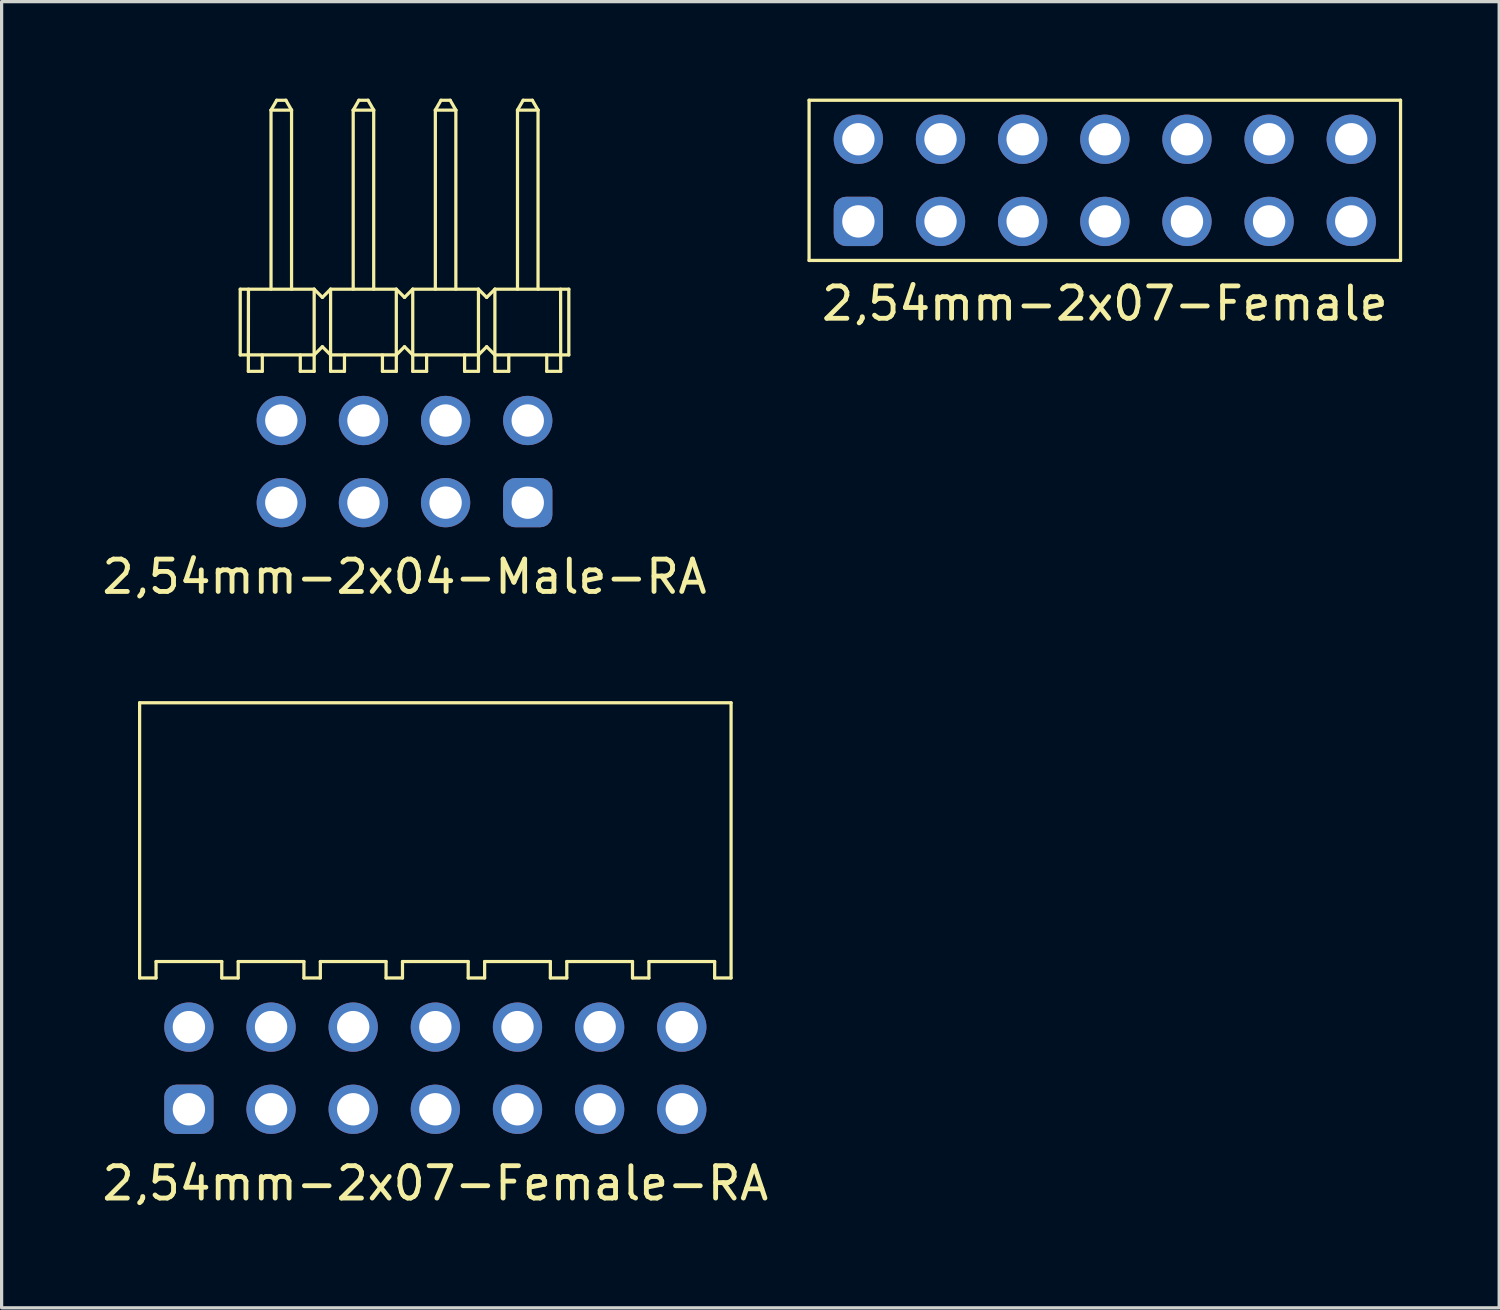
<source format=kicad_pcb>
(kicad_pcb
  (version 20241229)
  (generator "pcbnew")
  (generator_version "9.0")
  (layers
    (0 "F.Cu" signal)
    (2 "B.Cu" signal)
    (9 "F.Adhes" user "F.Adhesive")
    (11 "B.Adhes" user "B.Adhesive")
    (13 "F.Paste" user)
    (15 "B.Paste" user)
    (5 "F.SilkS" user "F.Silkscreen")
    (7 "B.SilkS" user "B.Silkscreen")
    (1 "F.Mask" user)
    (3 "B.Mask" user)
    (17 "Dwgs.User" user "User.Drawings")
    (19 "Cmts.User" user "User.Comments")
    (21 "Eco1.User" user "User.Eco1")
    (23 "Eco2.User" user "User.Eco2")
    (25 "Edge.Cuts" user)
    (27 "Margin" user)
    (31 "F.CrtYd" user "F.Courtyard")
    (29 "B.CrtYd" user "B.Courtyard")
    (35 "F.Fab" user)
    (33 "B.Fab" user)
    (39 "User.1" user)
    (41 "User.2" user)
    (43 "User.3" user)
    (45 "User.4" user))
  (footprint "2,54mm-2x07-Female-RA"
    (layer "F.Cu")
    (at 10.411 27.189)
    (property "Reference" "2,54mm-2x07-Female-RA" (at 0 6.35 0) (layer "F.SilkS") (effects (font (size 1 1) (thickness 0.15))))
    (attr through_hole)
    (fp_line (start -9.144 -8.509) (end -9.144 0) (stroke (width 0.1) (type solid)) (layer "F.SilkS"))
    (fp_line (start -9.144 -8.509) (end 9.144 -8.509) (stroke (width 0.1) (type solid)) (layer "F.SilkS"))
    (fp_line (start -9.144 0) (end -8.636 0) (stroke (width 0.1) (type solid)) (layer "F.SilkS"))
    (fp_line (start -8.636 -0.508) (end -8.636 0) (stroke (width 0.1) (type solid)) (layer "F.SilkS"))
    (fp_line (start -6.604 -0.508) (end -8.636 -0.508) (stroke (width 0.1) (type solid)) (layer "F.SilkS"))
    (fp_line (start -6.604 0) (end -6.604 -0.508) (stroke (width 0.1) (type solid)) (layer "F.SilkS"))
    (fp_line (start -6.604 0) (end -6.096 0) (stroke (width 0.1) (type solid)) (layer "F.SilkS"))
    (fp_line (start -6.096 -0.508) (end -6.096 0) (stroke (width 0.1) (type solid)) (layer "F.SilkS"))
    (fp_line (start -4.064 -0.508) (end -6.096 -0.508) (stroke (width 0.1) (type solid)) (layer "F.SilkS"))
    (fp_line (start -4.064 0) (end -4.064 -0.508) (stroke (width 0.1) (type solid)) (layer "F.SilkS"))
    (fp_line (start -4.064 0) (end -3.556 0) (stroke (width 0.1) (type solid)) (layer "F.SilkS"))
    (fp_line (start -3.556 -0.508) (end -3.556 0) (stroke (width 0.1) (type solid)) (layer "F.SilkS"))
    (fp_line (start -1.524 -0.508) (end -3.556 -0.508) (stroke (width 0.1) (type solid)) (layer "F.SilkS"))
    (fp_line (start -1.524 0) (end -1.524 -0.508) (stroke (width 0.1) (type solid)) (layer "F.SilkS"))
    (fp_line (start -1.524 0) (end -1.016 0) (stroke (width 0.1) (type solid)) (layer "F.SilkS"))
    (fp_line (start -1.016 -0.508) (end -1.016 0) (stroke (width 0.1) (type solid)) (layer "F.SilkS"))
    (fp_line (start 1.016 -0.508) (end -1.016 -0.508) (stroke (width 0.1) (type solid)) (layer "F.SilkS"))
    (fp_line (start 1.016 0) (end 1.016 -0.508) (stroke (width 0.1) (type solid)) (layer "F.SilkS"))
    (fp_line (start 1.016 0) (end 1.524 0) (stroke (width 0.1) (type solid)) (layer "F.SilkS"))
    (fp_line (start 1.524 -0.508) (end 1.524 0) (stroke (width 0.1) (type solid)) (layer "F.SilkS"))
    (fp_line (start 3.556 -0.508) (end 1.524 -0.508) (stroke (width 0.1) (type solid)) (layer "F.SilkS"))
    (fp_line (start 3.556 0) (end 3.556 -0.508) (stroke (width 0.1) (type solid)) (layer "F.SilkS"))
    (fp_line (start 3.556 0) (end 4.064 0) (stroke (width 0.1) (type solid)) (layer "F.SilkS"))
    (fp_line (start 4.064 -0.508) (end 4.064 0) (stroke (width 0.1) (type solid)) (layer "F.SilkS"))
    (fp_line (start 6.096 -0.508) (end 4.064 -0.508) (stroke (width 0.1) (type solid)) (layer "F.SilkS"))
    (fp_line (start 6.096 0) (end 6.096 -0.508) (stroke (width 0.1) (type solid)) (layer "F.SilkS"))
    (fp_line (start 6.096 0) (end 6.604 0) (stroke (width 0.1) (type solid)) (layer "F.SilkS"))
    (fp_line (start 6.604 -0.508) (end 6.604 0) (stroke (width 0.1) (type solid)) (layer "F.SilkS"))
    (fp_line (start 8.636 -0.508) (end 6.604 -0.508) (stroke (width 0.1) (type solid)) (layer "F.SilkS"))
    (fp_line (start 8.636 0) (end 8.636 -0.508) (stroke (width 0.1) (type solid)) (layer "F.SilkS"))
    (fp_line (start 8.636 0) (end 9.144 0) (stroke (width 0.1) (type solid)) (layer "F.SilkS"))
    (fp_line (start 9.144 -8.509) (end 9.144 0) (stroke (width 0.1) (type solid)) (layer "F.SilkS"))
    (pad "1" thru_hole roundrect (at -7.62 4.06) (size 1.524 1.524) (drill 1) (layers "*.Cu" "*.Mask") (roundrect_rratio 0.25))
    (pad "2" thru_hole circle (at -7.62 1.52) (size 1.524 1.524) (drill 1) (layers "*.Cu" "*.Mask"))
    (pad "3" thru_hole circle (at -5.08 4.06) (size 1.524 1.524) (drill 1) (layers "*.Cu" "*.Mask"))
    (pad "4" thru_hole circle (at -5.08 1.52) (size 1.524 1.524) (drill 1) (layers "*.Cu" "*.Mask"))
    (pad "5" thru_hole circle (at -2.54 4.06) (size 1.524 1.524) (drill 1) (layers "*.Cu" "*.Mask"))
    (pad "6" thru_hole circle (at -2.54 1.52) (size 1.524 1.524) (drill 1) (layers "*.Cu" "*.Mask"))
    (pad "7" thru_hole circle (at 0 4.06) (size 1.524 1.524) (drill 1) (layers "*.Cu" "*.Mask"))
    (pad "8" thru_hole circle (at 0 1.52) (size 1.524 1.524) (drill 1) (layers "*.Cu" "*.Mask"))
    (pad "9" thru_hole circle (at 2.54 4.06) (size 1.524 1.524) (drill 1) (layers "*.Cu" "*.Mask"))
    (pad "10" thru_hole circle (at 2.54 1.52) (size 1.524 1.524) (drill 1) (layers "*.Cu" "*.Mask"))
    (pad "11" thru_hole circle (at 5.08 4.06) (size 1.524 1.524) (drill 1) (layers "*.Cu" "*.Mask"))
    (pad "12" thru_hole circle (at 5.08 1.52) (size 1.524 1.524) (drill 1) (layers "*.Cu" "*.Mask"))
    (pad "13" thru_hole circle (at 7.62 4.06) (size 1.524 1.524) (drill 1) (layers "*.Cu" "*.Mask"))
    (pad "14" thru_hole circle (at 7.62 1.52) (size 1.524 1.524) (drill 1) (layers "*.Cu" "*.Mask")))
  (footprint "2,54mm-2x07-Female"
    (layer "F.Cu")
    (at 31.111 2.526)
    (property "Reference" "2,54mm-2x07-Female" (at 0 3.81 0) (layer "F.SilkS") (effects (font (size 1 1) (thickness 0.15))))
    (attr through_hole)
    (fp_line (start -9.144 -2.477) (end -9.144 2.477) (stroke (width 0.1) (type solid)) (layer "F.SilkS"))
    (fp_line (start -9.144 2.477) (end 9.144 2.477) (stroke (width 0.1) (type solid)) (layer "F.SilkS"))
    (fp_line (start 9.144 -2.477) (end -9.144 -2.477) (stroke (width 0.1) (type solid)) (layer "F.SilkS"))
    (fp_line (start 9.144 2.477) (end 9.144 -2.477) (stroke (width 0.1) (type solid)) (layer "F.SilkS"))
    (pad "1" thru_hole roundrect (at -7.62 1.27) (size 1.524 1.524) (drill 1) (layers "*.Cu" "*.Mask") (roundrect_rratio 0.25))
    (pad "2" thru_hole circle (at -7.62 -1.27) (size 1.524 1.524) (drill 1) (layers "*.Cu" "*.Mask"))
    (pad "3" thru_hole circle (at -5.08 1.27) (size 1.524 1.524) (drill 1) (layers "*.Cu" "*.Mask"))
    (pad "4" thru_hole circle (at -5.08 -1.27) (size 1.524 1.524) (drill 1) (layers "*.Cu" "*.Mask"))
    (pad "5" thru_hole circle (at -2.54 1.27) (size 1.524 1.524) (drill 1) (layers "*.Cu" "*.Mask"))
    (pad "6" thru_hole circle (at -2.54 -1.27) (size 1.524 1.524) (drill 1) (layers "*.Cu" "*.Mask"))
    (pad "7" thru_hole circle (at 0 1.27) (size 1.524 1.524) (drill 1) (layers "*.Cu" "*.Mask"))
    (pad "8" thru_hole circle (at 0 -1.27) (size 1.524 1.524) (drill 1) (layers "*.Cu" "*.Mask"))
    (pad "9" thru_hole circle (at 2.54 1.27) (size 1.524 1.524) (drill 1) (layers "*.Cu" "*.Mask"))
    (pad "10" thru_hole circle (at 2.54 -1.27) (size 1.524 1.524) (drill 1) (layers "*.Cu" "*.Mask"))
    (pad "11" thru_hole circle (at 5.08 1.27) (size 1.524 1.524) (drill 1) (layers "*.Cu" "*.Mask"))
    (pad "12" thru_hole circle (at 5.08 -1.27) (size 1.524 1.524) (drill 1) (layers "*.Cu" "*.Mask"))
    (pad "13" thru_hole circle (at 7.62 1.27) (size 1.524 1.524) (drill 1) (layers "*.Cu" "*.Mask"))
    (pad "14" thru_hole circle (at 7.62 -1.27) (size 1.524 1.524) (drill 1) (layers "*.Cu" "*.Mask")))
  (footprint "2,54mm-2x04-Male-RA"
    (layer "F.Cu")
    (at 9.458 8.432)
    (property "Reference" "2,54mm-2x04-Male-RA" (at 0 6.35 0) (layer "F.SilkS") (effects (font (size 1 1) (thickness 0.15))))
    (attr through_hole)
    (fp_line (start -5.08 -2.54) (end -5.08 -0.508) (stroke (width 0.1) (type solid)) (layer "F.SilkS"))
    (fp_line (start -5.08 -2.54) (end -2.794 -2.54) (stroke (width 0.1) (type solid)) (layer "F.SilkS"))
    (fp_line (start -4.829 0) (end -4.826 -2.54) (stroke (width 0.1) (type solid)) (layer "F.SilkS"))
    (fp_line (start -4.829 0) (end -4.397 0) (stroke (width 0.1) (type solid)) (layer "F.SilkS"))
    (fp_line (start -4.397 -0.508) (end -4.397 0) (stroke (width 0.1) (type solid)) (layer "F.SilkS"))
    (fp_line (start -4.128 -8.077) (end -3.952 -8.382) (stroke (width 0.1) (type solid)) (layer "F.SilkS"))
    (fp_line (start -4.128 -2.54) (end -4.128 -8.077) (stroke (width 0.1) (type solid)) (layer "F.SilkS"))
    (fp_line (start -3.668 -8.382) (end -3.952 -8.382) (stroke (width 0.1) (type solid)) (layer "F.SilkS"))
    (fp_line (start -3.668 -8.382) (end -3.493 -8.077) (stroke (width 0.1) (type solid)) (layer "F.SilkS"))
    (fp_line (start -3.493 -8.077) (end -4.128 -8.077) (stroke (width 0.1) (type solid)) (layer "F.SilkS"))
    (fp_line (start -3.493 -8.077) (end -3.493 -2.54) (stroke (width 0.1) (type solid)) (layer "F.SilkS"))
    (fp_line (start -3.223 0) (end -3.223 -0.508) (stroke (width 0.1) (type solid)) (layer "F.SilkS"))
    (fp_line (start -3.223 0) (end -2.794 0) (stroke (width 0.1) (type solid)) (layer "F.SilkS"))
    (fp_line (start -2.794 -2.54) (end -2.794 0) (stroke (width 0.1) (type solid)) (layer "F.SilkS"))
    (fp_line (start -2.794 -2.54) (end -2.54 -2.286) (stroke (width 0.1) (type solid)) (layer "F.SilkS"))
    (fp_line (start -2.794 -0.508) (end -5.08 -0.508) (stroke (width 0.1) (type solid)) (layer "F.SilkS"))
    (fp_line (start -2.54 -2.286) (end -2.286 -2.54) (stroke (width 0.1) (type solid)) (layer "F.SilkS"))
    (fp_line (start -2.54 -0.762) (end -2.794 -0.508) (stroke (width 0.1) (type solid)) (layer "F.SilkS"))
    (fp_line (start -2.286 -2.54) (end -0.254 -2.54) (stroke (width 0.1) (type solid)) (layer "F.SilkS"))
    (fp_line (start -2.286 -0.508) (end -2.54 -0.762) (stroke (width 0.1) (type solid)) (layer "F.SilkS"))
    (fp_line (start -2.286 -0.508) (end -0.254 -0.508) (stroke (width 0.1) (type solid)) (layer "F.SilkS"))
    (fp_line (start -2.286 0) (end -2.286 -2.54) (stroke (width 0.1) (type solid)) (layer "F.SilkS"))
    (fp_line (start -2.286 0) (end -1.857 0) (stroke (width 0.1) (type solid)) (layer "F.SilkS"))
    (fp_line (start -1.857 -0.508) (end -1.857 0) (stroke (width 0.1) (type solid)) (layer "F.SilkS"))
    (fp_line (start -1.587 -8.077) (end -1.412 -8.382) (stroke (width 0.1) (type solid)) (layer "F.SilkS"))
    (fp_line (start -1.587 -2.54) (end -1.587 -8.077) (stroke (width 0.1) (type solid)) (layer "F.SilkS"))
    (fp_line (start -1.128 -8.382) (end -1.412 -8.382) (stroke (width 0.1) (type solid)) (layer "F.SilkS"))
    (fp_line (start -1.128 -8.382) (end -0.953 -8.077) (stroke (width 0.1) (type solid)) (layer "F.SilkS"))
    (fp_line (start -0.953 -8.077) (end -1.587 -8.077) (stroke (width 0.1) (type solid)) (layer "F.SilkS"))
    (fp_line (start -0.953 -8.077) (end -0.953 -2.54) (stroke (width 0.1) (type solid)) (layer "F.SilkS"))
    (fp_line (start -0.683 0) (end -0.683 -0.508) (stroke (width 0.1) (type solid)) (layer "F.SilkS"))
    (fp_line (start -0.683 0) (end -0.254 0) (stroke (width 0.1) (type solid)) (layer "F.SilkS"))
    (fp_line (start -0.254 -2.54) (end -0.254 0) (stroke (width 0.1) (type solid)) (layer "F.SilkS"))
    (fp_line (start -0.254 -2.54) (end 0 -2.286) (stroke (width 0.1) (type solid)) (layer "F.SilkS"))
    (fp_line (start 0 -2.286) (end 0.254 -2.54) (stroke (width 0.1) (type solid)) (layer "F.SilkS"))
    (fp_line (start 0 -0.762) (end -0.254 -0.508) (stroke (width 0.1) (type solid)) (layer "F.SilkS"))
    (fp_line (start 0.254 -2.54) (end 2.286 -2.54) (stroke (width 0.1) (type solid)) (layer "F.SilkS"))
    (fp_line (start 0.254 -0.508) (end 0 -0.762) (stroke (width 0.1) (type solid)) (layer "F.SilkS"))
    (fp_line (start 0.254 -0.508) (end 2.286 -0.508) (stroke (width 0.1) (type solid)) (layer "F.SilkS"))
    (fp_line (start 0.254 0) (end 0.254 -2.54) (stroke (width 0.1) (type solid)) (layer "F.SilkS"))
    (fp_line (start 0.254 0) (end 0.683 0) (stroke (width 0.1) (type solid)) (layer "F.SilkS"))
    (fp_line (start 0.683 -0.508) (end 0.683 0) (stroke (width 0.1) (type solid)) (layer "F.SilkS"))
    (fp_line (start 0.953 -8.077) (end 1.128 -8.382) (stroke (width 0.1) (type solid)) (layer "F.SilkS"))
    (fp_line (start 0.953 -2.54) (end 0.953 -8.077) (stroke (width 0.1) (type solid)) (layer "F.SilkS"))
    (fp_line (start 1.412 -8.382) (end 1.128 -8.382) (stroke (width 0.1) (type solid)) (layer "F.SilkS"))
    (fp_line (start 1.412 -8.382) (end 1.587 -8.077) (stroke (width 0.1) (type solid)) (layer "F.SilkS"))
    (fp_line (start 1.587 -8.077) (end 0.953 -8.077) (stroke (width 0.1) (type solid)) (layer "F.SilkS"))
    (fp_line (start 1.587 -8.077) (end 1.587 -2.54) (stroke (width 0.1) (type solid)) (layer "F.SilkS"))
    (fp_line (start 1.857 0) (end 1.857 -0.508) (stroke (width 0.1) (type solid)) (layer "F.SilkS"))
    (fp_line (start 1.857 0) (end 2.286 0) (stroke (width 0.1) (type solid)) (layer "F.SilkS"))
    (fp_line (start 2.286 -2.54) (end 2.286 0) (stroke (width 0.1) (type solid)) (layer "F.SilkS"))
    (fp_line (start 2.286 -2.54) (end 2.54 -2.286) (stroke (width 0.1) (type solid)) (layer "F.SilkS"))
    (fp_line (start 2.54 -2.286) (end 2.794 -2.54) (stroke (width 0.1) (type solid)) (layer "F.SilkS"))
    (fp_line (start 2.54 -0.762) (end 2.286 -0.508) (stroke (width 0.1) (type solid)) (layer "F.SilkS"))
    (fp_line (start 2.794 -2.54) (end 5.08 -2.54) (stroke (width 0.1) (type solid)) (layer "F.SilkS"))
    (fp_line (start 2.794 -0.508) (end 2.54 -0.762) (stroke (width 0.1) (type solid)) (layer "F.SilkS"))
    (fp_line (start 2.794 0) (end 2.794 -2.54) (stroke (width 0.1) (type solid)) (layer "F.SilkS"))
    (fp_line (start 2.794 0) (end 3.223 0) (stroke (width 0.1) (type solid)) (layer "F.SilkS"))
    (fp_line (start 3.223 -0.508) (end 3.223 0) (stroke (width 0.1) (type solid)) (layer "F.SilkS"))
    (fp_line (start 3.493 -8.077) (end 3.668 -8.382) (stroke (width 0.1) (type solid)) (layer "F.SilkS"))
    (fp_line (start 3.493 -2.54) (end 3.493 -8.077) (stroke (width 0.1) (type solid)) (layer "F.SilkS"))
    (fp_line (start 3.952 -8.382) (end 3.668 -8.382) (stroke (width 0.1) (type solid)) (layer "F.SilkS"))
    (fp_line (start 3.952 -8.382) (end 4.128 -8.077) (stroke (width 0.1) (type solid)) (layer "F.SilkS"))
    (fp_line (start 4.128 -8.077) (end 3.493 -8.077) (stroke (width 0.1) (type solid)) (layer "F.SilkS"))
    (fp_line (start 4.128 -8.077) (end 4.128 -2.54) (stroke (width 0.1) (type solid)) (layer "F.SilkS"))
    (fp_line (start 4.397 0) (end 4.397 -0.508) (stroke (width 0.1) (type solid)) (layer "F.SilkS"))
    (fp_line (start 4.397 0) (end 4.829 0) (stroke (width 0.1) (type solid)) (layer "F.SilkS"))
    (fp_line (start 4.826 -2.54) (end 4.829 0) (stroke (width 0.1) (type solid)) (layer "F.SilkS"))
    (fp_line (start 5.08 -2.54) (end 5.08 -0.508) (stroke (width 0.1) (type solid)) (layer "F.SilkS"))
    (fp_line (start 5.08 -0.508) (end 2.794 -0.508) (stroke (width 0.1) (type solid)) (layer "F.SilkS"))
    (pad "1" thru_hole roundrect (at 3.81 4.06 180) (size 1.524 1.524) (drill 1) (layers "*.Cu" "*.Mask") (roundrect_rratio 0.25))
    (pad "2" thru_hole circle (at 3.81 1.52 180) (size 1.524 1.524) (drill 1) (layers "*.Cu" "*.Mask"))
    (pad "3" thru_hole circle (at 1.27 4.06 180) (size 1.524 1.524) (drill 1) (layers "*.Cu" "*.Mask"))
    (pad "4" thru_hole circle (at 1.27 1.52 180) (size 1.524 1.524) (drill 1) (layers "*.Cu" "*.Mask"))
    (pad "5" thru_hole circle (at -1.27 4.06 180) (size 1.524 1.524) (drill 1) (layers "*.Cu" "*.Mask"))
    (pad "6" thru_hole circle (at -1.27 1.52 180) (size 1.524 1.524) (drill 1) (layers "*.Cu" "*.Mask"))
    (pad "7" thru_hole circle (at -3.81 4.06 180) (size 1.524 1.524) (drill 1) (layers "*.Cu" "*.Mask"))
    (pad "8" thru_hole circle (at -3.81 1.52 180) (size 1.524 1.524) (drill 1) (layers "*.Cu" "*.Mask")))
  (gr_rect
    (start -3 -3)
    (end 43.305 37.388)
    (stroke (width 0.1) (type default))
    (fill no)
    (layer "Edge.Cuts")))
</source>
